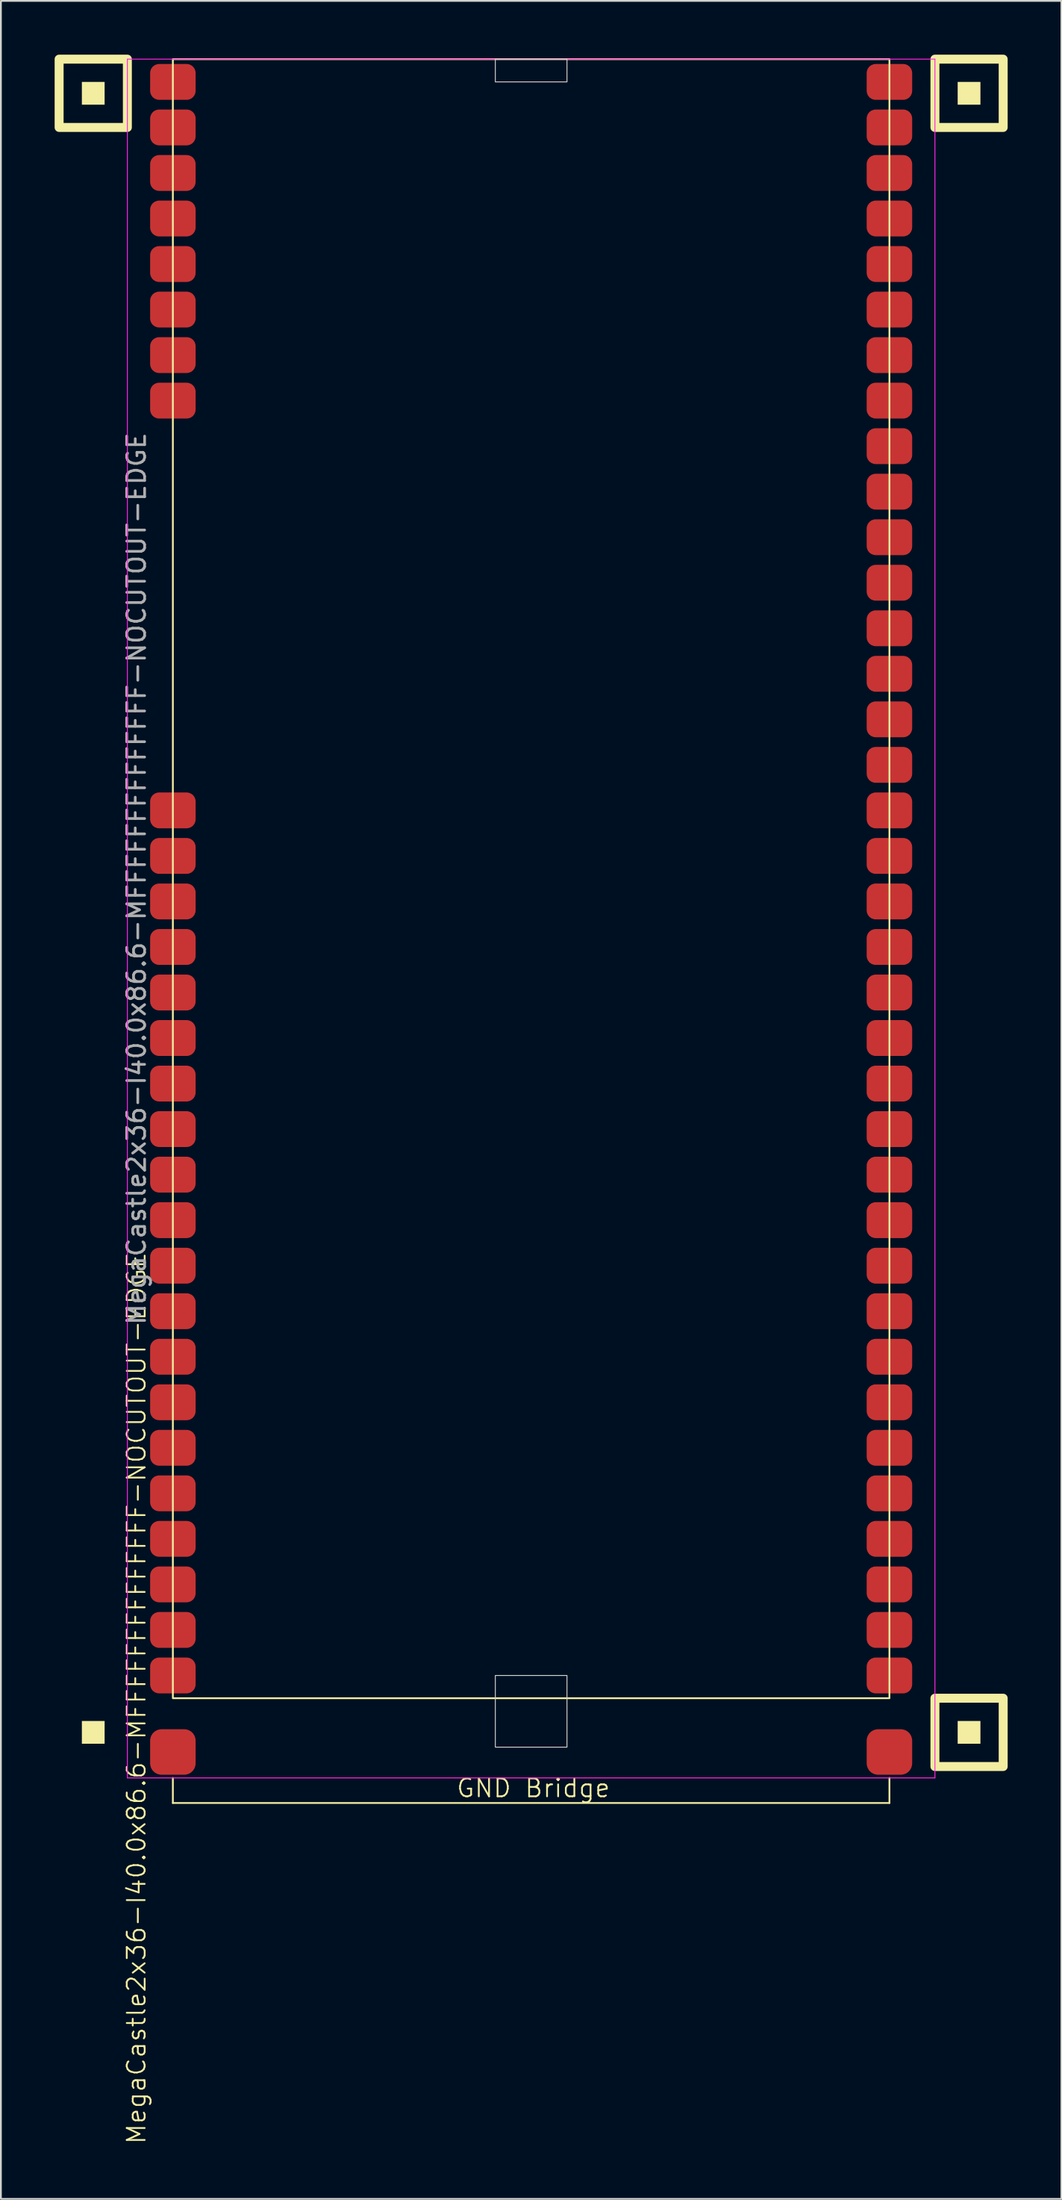
<source format=kicad_pcb>
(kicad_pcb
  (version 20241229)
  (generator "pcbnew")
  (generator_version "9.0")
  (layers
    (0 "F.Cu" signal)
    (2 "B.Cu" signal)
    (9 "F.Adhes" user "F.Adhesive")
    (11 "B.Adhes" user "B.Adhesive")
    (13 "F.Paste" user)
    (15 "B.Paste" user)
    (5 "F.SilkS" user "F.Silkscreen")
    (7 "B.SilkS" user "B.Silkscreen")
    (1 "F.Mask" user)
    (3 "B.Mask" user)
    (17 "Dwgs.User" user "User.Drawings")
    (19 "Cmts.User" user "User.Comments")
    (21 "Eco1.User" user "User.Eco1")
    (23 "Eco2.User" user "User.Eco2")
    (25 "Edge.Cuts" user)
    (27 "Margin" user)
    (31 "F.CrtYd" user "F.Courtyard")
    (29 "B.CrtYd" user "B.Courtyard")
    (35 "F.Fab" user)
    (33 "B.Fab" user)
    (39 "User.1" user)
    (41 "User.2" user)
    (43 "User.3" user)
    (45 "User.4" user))
  (footprint "MegaCastle2x36-I40.0x86.6-MFFFFFFFFFFFFFF-NOCUTOUT-EDGE"
    (layer "F.Cu")
    (at 26.6 45.97)
    (property "Reference" "MegaCastle2x36-I40.0x86.6-MFFFFFFFFFFFFFF-NOCUTOUT-EDGE" (at -22.032 45.72 90) (unlocked yes) (layer "F.SilkS") (effects (font (size 1 1) (thickness 0.1))))
    (attr smd)
    (fp_line (start -20 50.165) (end -20 51.565) (stroke (width 0.1) (type default)) (layer "F.SilkS"))
    (fp_line (start -20 51.565) (end 20 51.565) (stroke (width 0.1) (type default)) (layer "F.SilkS"))
    (fp_line (start 20 50.165) (end 20 51.565) (stroke (width 0.1) (type default)) (layer "F.SilkS"))
    (fp_rect (start -23.81 -43.18) (end -25.08 -44.45) (stroke (width 0) (type solid)) (fill yes) (layer "F.SilkS"))
    (fp_rect (start -23.81 48.26) (end -25.08 46.99) (stroke (width 0) (type solid)) (fill yes) (layer "F.SilkS"))
    (fp_rect (start -22.54 -41.91) (end -26.35 -45.72) (stroke (width 0.5) (type default)) (fill no) (layer "F.SilkS"))
    (fp_rect (start -20 -45.72) (end 20 45.72) (stroke (width 0.1) (type default)) (fill no) (layer "F.SilkS"))
    (fp_rect (start 25.08 -43.18) (end 23.81 -44.45) (stroke (width 0) (type solid)) (fill yes) (layer "F.SilkS"))
    (fp_rect (start 25.08 48.26) (end 23.81 46.99) (stroke (width 0) (type solid)) (fill yes) (layer "F.SilkS"))
    (fp_rect (start 26.35 -41.91) (end 22.54 -45.72) (stroke (width 0.5) (type default)) (fill no) (layer "F.SilkS"))
    (fp_rect (start 26.35 49.53) (end 22.54 45.72) (stroke (width 0.5) (type default)) (fill no) (layer "F.SilkS"))
    (fp_rect (start -2 -44.45) (end 2 -45.72) (stroke (width 0.05) (type default)) (fill no) (layer "Edge.Cuts"))
    (fp_rect (start -2 44.45) (end 2 48.45) (stroke (width 0.05) (type default)) (fill no) (layer "Edge.Cuts"))
    (fp_line (start -22.54 -45.72) (end -22.54 50.165) (stroke (width 0.05) (type default)) (layer "F.CrtYd"))
    (fp_line (start -22.54 50.165) (end 22.54 50.165) (stroke (width 0.05) (type default)) (layer "F.CrtYd"))
    (fp_line (start 22.54 -45.72) (end -22.54 -45.72) (stroke (width 0.05) (type default)) (layer "F.CrtYd"))
    (fp_line (start 22.54 -45.72) (end 22.54 50.165) (stroke (width 0.05) (type default)) (layer "F.CrtYd"))
    (fp_text user "GND Bridge" (at -4.226 51.32 0) (unlocked yes) (layer "F.SilkS") (effects (font (size 1 1) (thickness 0.1)) (justify left bottom)))
    (fp_text user "${REFERENCE}" (at -22.032 0 90) (unlocked yes) (layer "F.Fab") (effects (font (size 1 1) (thickness 0.15))))
    (pad "1" smd roundrect (at -20 -44.45) (size 2.54 2) (layers "F.Cu" "F.Mask" "F.Paste") (roundrect_rratio 0.25))
    (pad "2" smd roundrect (at -20 -41.91) (size 2.54 2) (layers "F.Cu" "F.Mask" "F.Paste") (roundrect_rratio 0.25))
    (pad "3" smd roundrect (at -20 -39.37) (size 2.54 2) (layers "F.Cu" "F.Mask" "F.Paste") (roundrect_rratio 0.25))
    (pad "4" smd roundrect (at -20 -36.83) (size 2.54 2) (layers "F.Cu" "F.Mask" "F.Paste") (roundrect_rratio 0.25))
    (pad "5" smd roundrect (at -20 -34.29) (size 2.54 2) (layers "F.Cu" "F.Mask" "F.Paste") (roundrect_rratio 0.25))
    (pad "6" smd roundrect (at -20 -31.75) (size 2.54 2) (layers "F.Cu" "F.Mask" "F.Paste") (roundrect_rratio 0.25))
    (pad "7" smd roundrect (at -20 -29.21) (size 2.54 2) (layers "F.Cu" "F.Mask" "F.Paste") (roundrect_rratio 0.25))
    (pad "8" smd roundrect (at -20 -26.67) (size 2.54 2) (layers "F.Cu" "F.Mask" "F.Paste") (roundrect_rratio 0.25))
    (pad "17" smd roundrect (at -20 -3.81) (size 2.54 2) (layers "F.Cu" "F.Mask" "F.Paste") (roundrect_rratio 0.25))
    (pad "18" smd roundrect (at -20 -1.27) (size 2.54 2) (layers "F.Cu" "F.Mask" "F.Paste") (roundrect_rratio 0.25))
    (pad "19" smd roundrect (at -20 1.27) (size 2.54 2) (layers "F.Cu" "F.Mask" "F.Paste") (roundrect_rratio 0.25))
    (pad "20" smd roundrect (at -20 3.81) (size 2.54 2) (layers "F.Cu" "F.Mask" "F.Paste") (roundrect_rratio 0.25))
    (pad "21" smd roundrect (at -20 6.35) (size 2.54 2) (layers "F.Cu" "F.Mask" "F.Paste") (roundrect_rratio 0.25))
    (pad "22" smd roundrect (at -20 8.89) (size 2.54 2) (layers "F.Cu" "F.Mask" "F.Paste") (roundrect_rratio 0.25))
    (pad "23" smd roundrect (at -20 11.43) (size 2.54 2) (layers "F.Cu" "F.Mask" "F.Paste") (roundrect_rratio 0.25))
    (pad "24" smd roundrect (at -20 13.97) (size 2.54 2) (layers "F.Cu" "F.Mask" "F.Paste") (roundrect_rratio 0.25))
    (pad "25" smd roundrect (at -20 16.51) (size 2.54 2) (layers "F.Cu" "F.Mask" "F.Paste") (roundrect_rratio 0.25))
    (pad "26" smd roundrect (at -20 19.05) (size 2.54 2) (layers "F.Cu" "F.Mask" "F.Paste") (roundrect_rratio 0.25))
    (pad "27" smd roundrect (at -20 21.59) (size 2.54 2) (layers "F.Cu" "F.Mask" "F.Paste") (roundrect_rratio 0.25))
    (pad "28" smd roundrect (at -20 24.13) (size 2.54 2) (layers "F.Cu" "F.Mask" "F.Paste") (roundrect_rratio 0.25))
    (pad "29" smd roundrect (at -20 26.67) (size 2.54 2) (layers "F.Cu" "F.Mask" "F.Paste") (roundrect_rratio 0.25))
    (pad "30" smd roundrect (at -20 29.21) (size 2.54 2) (layers "F.Cu" "F.Mask" "F.Paste") (roundrect_rratio 0.25))
    (pad "31" smd roundrect (at -20 31.75) (size 2.54 2) (layers "F.Cu" "F.Mask" "F.Paste") (roundrect_rratio 0.25))
    (pad "32" smd roundrect (at -20 34.29) (size 2.54 2) (layers "F.Cu" "F.Mask" "F.Paste") (roundrect_rratio 0.25))
    (pad "33" smd roundrect (at -20 36.83) (size 2.54 2) (layers "F.Cu" "F.Mask" "F.Paste") (roundrect_rratio 0.25))
    (pad "34" smd roundrect (at -20 39.37) (size 2.54 2) (layers "F.Cu" "F.Mask" "F.Paste") (roundrect_rratio 0.25))
    (pad "35" smd roundrect (at -20 41.91) (size 2.54 2) (layers "F.Cu" "F.Mask" "F.Paste") (roundrect_rratio 0.25))
    (pad "36" smd roundrect (at -20 44.45) (size 2.54 2) (layers "F.Cu" "F.Mask" "F.Paste") (roundrect_rratio 0.25))
    (pad "37" smd roundrect (at 20 -44.45) (size 2.54 2) (layers "F.Cu" "F.Mask" "F.Paste") (roundrect_rratio 0.25))
    (pad "38" smd roundrect (at 20 -41.91) (size 2.54 2) (layers "F.Cu" "F.Mask" "F.Paste") (roundrect_rratio 0.25))
    (pad "39" smd roundrect (at 20 -39.37) (size 2.54 2) (layers "F.Cu" "F.Mask" "F.Paste") (roundrect_rratio 0.25))
    (pad "40" smd roundrect (at 20 -36.83) (size 2.54 2) (layers "F.Cu" "F.Mask" "F.Paste") (roundrect_rratio 0.25))
    (pad "41" smd roundrect (at 20 -34.29) (size 2.54 2) (layers "F.Cu" "F.Mask" "F.Paste") (roundrect_rratio 0.25))
    (pad "42" smd roundrect (at 20 -31.75) (size 2.54 2) (layers "F.Cu" "F.Mask" "F.Paste") (roundrect_rratio 0.25))
    (pad "43" smd roundrect (at 20 -29.21) (size 2.54 2) (layers "F.Cu" "F.Mask" "F.Paste") (roundrect_rratio 0.25))
    (pad "44" smd roundrect (at 20 -26.67) (size 2.54 2) (layers "F.Cu" "F.Mask" "F.Paste") (roundrect_rratio 0.25))
    (pad "45" smd roundrect (at 20 -24.13) (size 2.54 2) (layers "F.Cu" "F.Mask" "F.Paste") (roundrect_rratio 0.25))
    (pad "46" smd roundrect (at 20 -21.59) (size 2.54 2) (layers "F.Cu" "F.Mask" "F.Paste") (roundrect_rratio 0.25))
    (pad "47" smd roundrect (at 20 -19.05) (size 2.54 2) (layers "F.Cu" "F.Mask" "F.Paste") (roundrect_rratio 0.25))
    (pad "48" smd roundrect (at 20 -16.51) (size 2.54 2) (layers "F.Cu" "F.Mask" "F.Paste") (roundrect_rratio 0.25))
    (pad "49" smd roundrect (at 20 -13.97) (size 2.54 2) (layers "F.Cu" "F.Mask" "F.Paste") (roundrect_rratio 0.25))
    (pad "50" smd roundrect (at 20 -11.43) (size 2.54 2) (layers "F.Cu" "F.Mask" "F.Paste") (roundrect_rratio 0.25))
    (pad "51" smd roundrect (at 20 -8.89) (size 2.54 2) (layers "F.Cu" "F.Mask" "F.Paste") (roundrect_rratio 0.25))
    (pad "52" smd roundrect (at 20 -6.35) (size 2.54 2) (layers "F.Cu" "F.Mask" "F.Paste") (roundrect_rratio 0.25))
    (pad "53" smd roundrect (at 20 -3.81) (size 2.54 2) (layers "F.Cu" "F.Mask" "F.Paste") (roundrect_rratio 0.25))
    (pad "54" smd roundrect (at 20 -1.27) (size 2.54 2) (layers "F.Cu" "F.Mask" "F.Paste") (roundrect_rratio 0.25))
    (pad "55" smd roundrect (at 20 1.27) (size 2.54 2) (layers "F.Cu" "F.Mask" "F.Paste") (roundrect_rratio 0.25))
    (pad "56" smd roundrect (at 20 3.81) (size 2.54 2) (layers "F.Cu" "F.Mask" "F.Paste") (roundrect_rratio 0.25))
    (pad "57" smd roundrect (at 20 6.35) (size 2.54 2) (layers "F.Cu" "F.Mask" "F.Paste") (roundrect_rratio 0.25))
    (pad "58" smd roundrect (at 20 8.89) (size 2.54 2) (layers "F.Cu" "F.Mask" "F.Paste") (roundrect_rratio 0.25))
    (pad "59" smd roundrect (at 20 11.43) (size 2.54 2) (layers "F.Cu" "F.Mask" "F.Paste") (roundrect_rratio 0.25))
    (pad "60" smd roundrect (at 20 13.97) (size 2.54 2) (layers "F.Cu" "F.Mask" "F.Paste") (roundrect_rratio 0.25))
    (pad "61" smd roundrect (at 20 16.51) (size 2.54 2) (layers "F.Cu" "F.Mask" "F.Paste") (roundrect_rratio 0.25))
    (pad "62" smd roundrect (at 20 19.05) (size 2.54 2) (layers "F.Cu" "F.Mask" "F.Paste") (roundrect_rratio 0.25))
    (pad "63" smd roundrect (at 20 21.59) (size 2.54 2) (layers "F.Cu" "F.Mask" "F.Paste") (roundrect_rratio 0.25))
    (pad "64" smd roundrect (at 20 24.13) (size 2.54 2) (layers "F.Cu" "F.Mask" "F.Paste") (roundrect_rratio 0.25))
    (pad "65" smd roundrect (at 20 26.67) (size 2.54 2) (layers "F.Cu" "F.Mask" "F.Paste") (roundrect_rratio 0.25))
    (pad "66" smd roundrect (at 20 29.21) (size 2.54 2) (layers "F.Cu" "F.Mask" "F.Paste") (roundrect_rratio 0.25))
    (pad "67" smd roundrect (at 20 31.75) (size 2.54 2) (layers "F.Cu" "F.Mask" "F.Paste") (roundrect_rratio 0.25))
    (pad "68" smd roundrect (at 20 34.29) (size 2.54 2) (layers "F.Cu" "F.Mask" "F.Paste") (roundrect_rratio 0.25))
    (pad "69" smd roundrect (at 20 36.83) (size 2.54 2) (layers "F.Cu" "F.Mask" "F.Paste") (roundrect_rratio 0.25))
    (pad "70" smd roundrect (at 20 39.37) (size 2.54 2) (layers "F.Cu" "F.Mask" "F.Paste") (roundrect_rratio 0.25))
    (pad "71" smd roundrect (at 20 41.91) (size 2.54 2) (layers "F.Cu" "F.Mask" "F.Paste") (roundrect_rratio 0.25))
    (pad "72" smd roundrect (at 20 44.45) (size 2.54 2) (layers "F.Cu" "F.Mask" "F.Paste") (roundrect_rratio 0.25))
    (pad "B1" smd roundrect (at -20 48.72) (size 2.54 2.54) (layers "F.Cu" "F.Mask" "F.Paste") (roundrect_rratio 0.25))
    (pad "B2" smd roundrect (at 20 48.72) (size 2.54 2.54) (layers "F.Cu" "F.Mask" "F.Paste") (roundrect_rratio 0.25)))
  (gr_rect
    (start -3 -3)
    (end 56.2 119.621)
    (stroke (width 0.1) (type default))
    (fill no)
    (layer "Edge.Cuts")))
</source>
